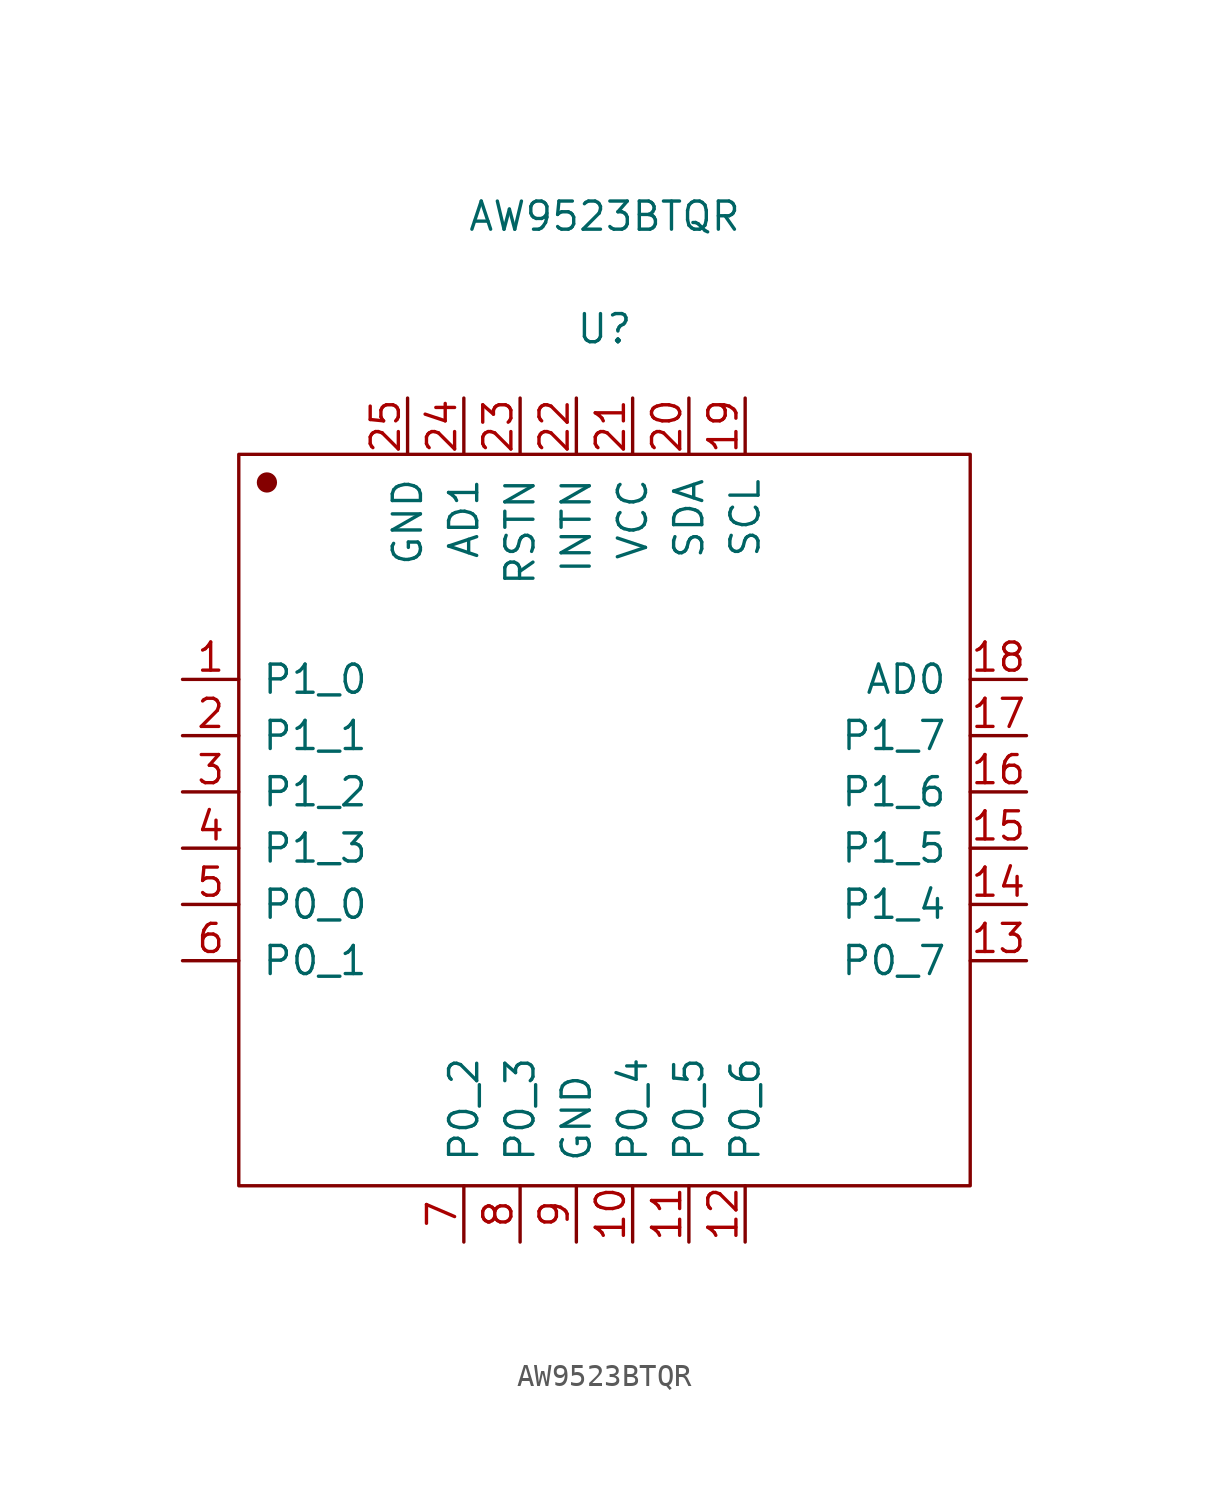
<source format=kicad_sym>
(kicad_symbol_lib
  (version 20220914)
  (generator kicad_symbol_editor)
  (symbol "AW9523BTQR"
    (pin_names
      (offset 1.016))
    (property "Reference" "U"
      (at 0 22.174 0)
      (effects (font (size 1.27 1.27))))
    (property "Value" "AW9523BTQR"
      (at 0 27.254 0)
      (effects (font (size 1.27 1.27))))
    (symbol "AW9523BTQR_1_1"
      (rectangle (start -16.51 16.51) (end 16.51 -16.51) (stroke (width 0.152) (type solid)) (fill (type none)))
      (circle (center -15.24 15.24) (radius 0.381) (stroke (width 0.152) (type solid)) (fill (type outline)))
      (pin input line (at -19.05 6.35 0) (length 2.54) (name "P1_0" (effects (font (size 1.27 1.27)))) (number "1" (effects (font (size 1.27 1.27)))))
      (pin input line (at 1.27 -19.05 90) (length 2.54) (name "P0_4" (effects (font (size 1.27 1.27)))) (number "10" (effects (font (size 1.27 1.27)))))
      (pin input line (at 3.81 -19.05 90) (length 2.54) (name "P0_5" (effects (font (size 1.27 1.27)))) (number "11" (effects (font (size 1.27 1.27)))))
      (pin input line (at 6.35 -19.05 90) (length 2.54) (name "P0_6" (effects (font (size 1.27 1.27)))) (number "12" (effects (font (size 1.27 1.27)))))
      (pin input line (at 19.05 -6.35 180) (length 2.54) (name "P0_7" (effects (font (size 1.27 1.27)))) (number "13" (effects (font (size 1.27 1.27)))))
      (pin input line (at 19.05 -3.81 180) (length 2.54) (name "P1_4" (effects (font (size 1.27 1.27)))) (number "14" (effects (font (size 1.27 1.27)))))
      (pin input line (at 19.05 -1.27 180) (length 2.54) (name "P1_5" (effects (font (size 1.27 1.27)))) (number "15" (effects (font (size 1.27 1.27)))))
      (pin input line (at 19.05 1.27 180) (length 2.54) (name "P1_6" (effects (font (size 1.27 1.27)))) (number "16" (effects (font (size 1.27 1.27)))))
      (pin input line (at 19.05 3.81 180) (length 2.54) (name "P1_7" (effects (font (size 1.27 1.27)))) (number "17" (effects (font (size 1.27 1.27)))))
      (pin input line (at 19.05 6.35 180) (length 2.54) (name "AD0" (effects (font (size 1.27 1.27)))) (number "18" (effects (font (size 1.27 1.27)))))
      (pin input line (at 6.35 19.05 270) (length 2.54) (name "SCL" (effects (font (size 1.27 1.27)))) (number "19" (effects (font (size 1.27 1.27)))))
      (pin input line (at -19.05 3.81 0) (length 2.54) (name "P1_1" (effects (font (size 1.27 1.27)))) (number "2" (effects (font (size 1.27 1.27)))))
      (pin input line (at 3.81 19.05 270) (length 2.54) (name "SDA" (effects (font (size 1.27 1.27)))) (number "20" (effects (font (size 1.27 1.27)))))
      (pin input line (at 1.27 19.05 270) (length 2.54) (name "VCC" (effects (font (size 1.27 1.27)))) (number "21" (effects (font (size 1.27 1.27)))))
      (pin input line (at -1.27 19.05 270) (length 2.54) (name "INTN" (effects (font (size 1.27 1.27)))) (number "22" (effects (font (size 1.27 1.27)))))
      (pin input line (at -3.81 19.05 270) (length 2.54) (name "RSTN" (effects (font (size 1.27 1.27)))) (number "23" (effects (font (size 1.27 1.27)))))
      (pin input line (at -6.35 19.05 270) (length 2.54) (name "AD1" (effects (font (size 1.27 1.27)))) (number "24" (effects (font (size 1.27 1.27)))))
      (pin input line (at -8.89 19.05 270) (length 2.54) (name "GND" (effects (font (size 1.27 1.27)))) (number "25" (effects (font (size 1.27 1.27)))))
      (pin input line (at -19.05 1.27 0) (length 2.54) (name "P1_2" (effects (font (size 1.27 1.27)))) (number "3" (effects (font (size 1.27 1.27)))))
      (pin input line (at -19.05 -1.27 0) (length 2.54) (name "P1_3" (effects (font (size 1.27 1.27)))) (number "4" (effects (font (size 1.27 1.27)))))
      (pin input line (at -19.05 -3.81 0) (length 2.54) (name "P0_0" (effects (font (size 1.27 1.27)))) (number "5" (effects (font (size 1.27 1.27)))))
      (pin input line (at -19.05 -6.35 0) (length 2.54) (name "P0_1" (effects (font (size 1.27 1.27)))) (number "6" (effects (font (size 1.27 1.27)))))
      (pin input line (at -6.35 -19.05 90) (length 2.54) (name "P0_2" (effects (font (size 1.27 1.27)))) (number "7" (effects (font (size 1.27 1.27)))))
      (pin input line (at -3.81 -19.05 90) (length 2.54) (name "P0_3" (effects (font (size 1.27 1.27)))) (number "8" (effects (font (size 1.27 1.27)))))
      (pin input line (at -1.27 -19.05 90) (length 2.54) (name "GND" (effects (font (size 1.27 1.27)))) (number "9" (effects (font (size 1.27 1.27))))))))
</source>
